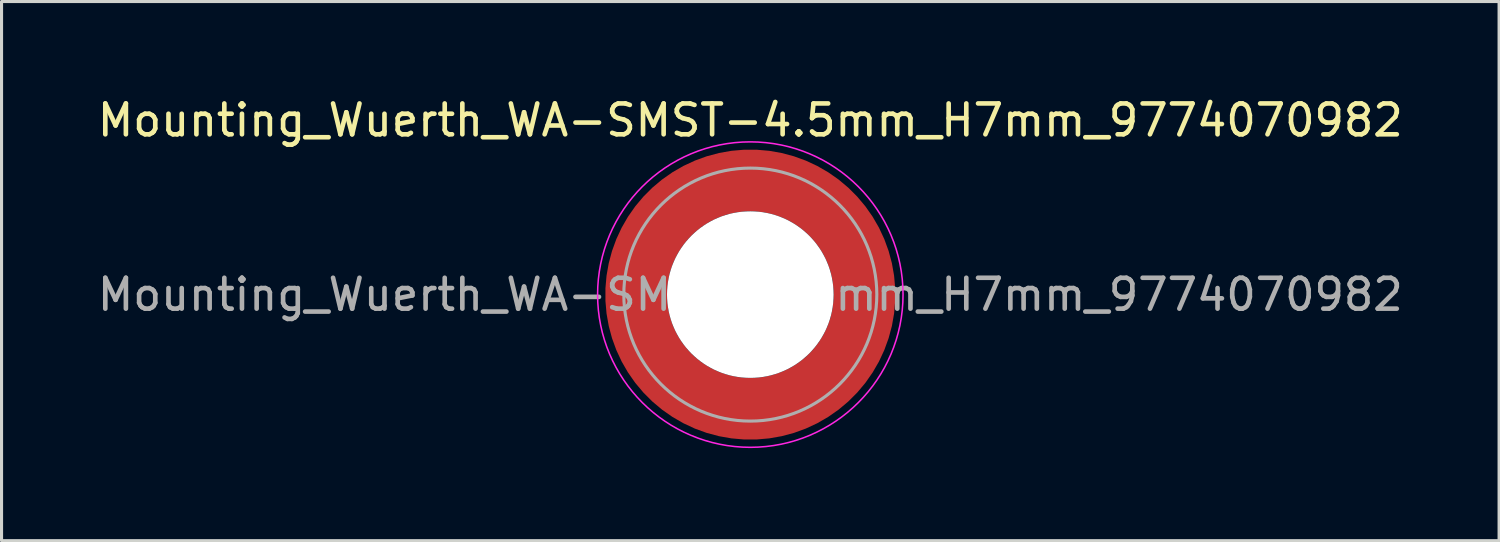
<source format=kicad_pcb>
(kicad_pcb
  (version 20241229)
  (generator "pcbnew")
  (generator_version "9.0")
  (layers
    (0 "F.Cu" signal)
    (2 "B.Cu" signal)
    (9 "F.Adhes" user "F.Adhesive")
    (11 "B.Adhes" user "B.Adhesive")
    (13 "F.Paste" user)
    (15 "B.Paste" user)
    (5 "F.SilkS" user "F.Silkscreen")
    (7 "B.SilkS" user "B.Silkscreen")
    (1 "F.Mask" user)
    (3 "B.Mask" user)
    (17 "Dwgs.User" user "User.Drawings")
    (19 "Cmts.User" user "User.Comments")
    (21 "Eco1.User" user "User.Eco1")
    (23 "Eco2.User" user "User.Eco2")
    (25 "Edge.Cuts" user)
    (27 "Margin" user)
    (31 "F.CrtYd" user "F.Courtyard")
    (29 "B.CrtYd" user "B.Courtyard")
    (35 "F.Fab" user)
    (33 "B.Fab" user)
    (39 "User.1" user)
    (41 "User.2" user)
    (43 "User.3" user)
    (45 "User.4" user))
  (footprint "Mounting_Wuerth_WA-SMST-4.5mm_H7mm_9774070982"
    (layer "F.Cu")
    (at 21.268 6.498)
    (property "Reference" "Mounting_Wuerth_WA-SMST-4.5mm_H7mm_9774070982" (at 0 -5.65 0) (layer "F.SilkS") (effects (font (size 1 1) (thickness 0.15))))
    (attr smd allow_soldermask_bridges)
    (fp_circle (center 0 0) (end 4.95 0) (stroke (width 0.05) (type solid)) (fill no) (layer "F.CrtYd"))
    (fp_circle (center 0 0) (end 4.1 0) (stroke (width 0.1) (type solid)) (fill no) (layer "F.Fab"))
    (fp_text user "${REFERENCE}" (at 0 0 0) (layer "F.Fab") (effects (font (size 1 1) (thickness 0.15))))
    (pad "" smd custom (at -2.607 -2.607) (size 0.948 0.948) (layers "F.Paste") (options (anchor circle)) (primitives (gr_arc (start -0.188183 2.107456) (mid 0.599273 0.599273) (end 2.107456 -0.188183) (width 0.2)) (gr_arc (start -0.289416 2.107456) (mid 0.52877 0.52877) (end 2.107456 -0.289416) (width 0.2)) (gr_arc (start -0.390547 2.107456) (mid 0.458268 0.458268) (end 2.107456 -0.390547) (width 0.2)) (gr_arc (start -0.491585 2.107456) (mid 0.387765 0.387765) (end 2.107456 -0.491585) (width 0.2)) (gr_arc (start -0.59254 2.107456) (mid 0.317262 0.317262) (end 2.107456 -0.59254) (width 0.2)) (gr_arc (start -0.693419 2.107456) (mid 0.246759 0.246759) (end 2.107456 -0.693419) (width 0.2)) (gr_arc (start -0.794229 2.107456) (mid 0.176257 0.176257) (end 2.107456 -0.794229) (width 0.2)) (gr_arc (start -0.894975 2.107456) (mid 0.105754 0.105754) (end 2.107456 -0.894975) (width 0.2)) (gr_arc (start -0.995664 2.107456) (mid 0.035251 0.035251) (end 2.107456 -0.995664) (width 0.2)) (gr_arc (start -1.0963 2.107456) (mid -0.035251 -0.035251) (end 2.107456 -1.0963) (width 0.2)) (gr_arc (start -1.196886 2.107456) (mid -0.105754 -0.105754) (end 2.107456 -1.196886) (width 0.2)) (gr_arc (start -1.297427 2.107456) (mid -0.176257 -0.176257) (end 2.107456 -1.297427) (width 0.2)) (gr_arc (start -1.397927 2.107456) (mid -0.246759 -0.246759) (end 2.107456 -1.397927) (width 0.2)) (gr_arc (start -1.498388 2.107456) (mid -0.317262 -0.317262) (end 2.107456 -1.498388) (width 0.2)) (gr_arc (start -1.598813 2.107456) (mid -0.387765 -0.387765) (end 2.107456 -1.598813) (width 0.2)) (gr_arc (start -1.699204 2.107456) (mid -0.458268 -0.458268) (end 2.107456 -1.699204) (width 0.2)) (gr_arc (start -1.799565 2.107456) (mid -0.52877 -0.52877) (end 2.107456 -1.799565) (width 0.2)) (gr_arc (start -1.899896 2.107456) (mid -0.599273 -0.599273) (end 2.107456 -1.899896) (width 0.2)) (gr_arc (start -1.899896 2.107456) (mid -0.599273 -0.599273) (end 2.107456 -1.899896) (width 0.2)) (gr_line (start 2.107 -0.188) (end 2.107 -1.9) (width 0.2)) (gr_line (start -0.188 2.107) (end -1.9 2.107) (width 0.2))))
    (pad "" smd custom (at -2.607 2.607) (size 0.948 0.948) (layers "F.Paste") (options (anchor circle)) (primitives (gr_arc (start 2.107456 0.188183) (mid 0.599273 -0.599273) (end -0.188183 -2.107456) (width 0.2)) (gr_arc (start 2.107456 0.289416) (mid 0.52877 -0.52877) (end -0.289416 -2.107456) (width 0.2)) (gr_arc (start 2.107456 0.390547) (mid 0.458268 -0.458268) (end -0.390547 -2.107456) (width 0.2)) (gr_arc (start 2.107456 0.491585) (mid 0.387765 -0.387765) (end -0.491585 -2.107456) (width 0.2)) (gr_arc (start 2.107456 0.59254) (mid 0.317262 -0.317262) (end -0.59254 -2.107456) (width 0.2)) (gr_arc (start 2.107456 0.693419) (mid 0.246759 -0.246759) (end -0.693419 -2.107456) (width 0.2)) (gr_arc (start 2.107456 0.794229) (mid 0.176257 -0.176257) (end -0.794229 -2.107456) (width 0.2)) (gr_arc (start 2.107456 0.894975) (mid 0.105754 -0.105754) (end -0.894975 -2.107456) (width 0.2)) (gr_arc (start 2.107456 0.995664) (mid 0.035251 -0.035251) (end -0.995664 -2.107456) (width 0.2)) (gr_arc (start 2.107456 1.0963) (mid -0.035251 0.035251) (end -1.0963 -2.107456) (width 0.2)) (gr_arc (start 2.107456 1.196886) (mid -0.105754 0.105754) (end -1.196886 -2.107456) (width 0.2)) (gr_arc (start 2.107456 1.297427) (mid -0.176257 0.176257) (end -1.297427 -2.107456) (width 0.2)) (gr_arc (start 2.107456 1.397927) (mid -0.246759 0.246759) (end -1.397927 -2.107456) (width 0.2)) (gr_arc (start 2.107456 1.498388) (mid -0.317262 0.317262) (end -1.498388 -2.107456) (width 0.2)) (gr_arc (start 2.107456 1.598813) (mid -0.387765 0.387765) (end -1.598813 -2.107456) (width 0.2)) (gr_arc (start 2.107456 1.699204) (mid -0.458268 0.458268) (end -1.699204 -2.107456) (width 0.2)) (gr_arc (start 2.107456 1.799565) (mid -0.52877 0.52877) (end -1.799565 -2.107456) (width 0.2)) (gr_arc (start 2.107456 1.899896) (mid -0.599273 0.599273) (end -1.899896 -2.107456) (width 0.2)) (gr_arc (start 2.107456 1.899896) (mid -0.599273 0.599273) (end -1.899896 -2.107456) (width 0.2)) (gr_line (start -0.188 -2.107) (end -1.9 -2.107) (width 0.2)) (gr_line (start 2.107 0.188) (end 2.107 1.9) (width 0.2))))
    (pad "" np_thru_hole circle (at 0 0) (size 5.4 5.4) (drill 5.4) (layers "*.Cu" "*.Mask"))
    (pad "" smd custom (at 2.607 -2.607) (size 0.948 0.948) (layers "F.Paste") (options (anchor circle)) (primitives (gr_arc (start -2.107456 -0.188183) (mid -0.599273 0.599273) (end 0.188183 2.107456) (width 0.2)) (gr_arc (start -2.107456 -0.289416) (mid -0.52877 0.52877) (end 0.289416 2.107456) (width 0.2)) (gr_arc (start -2.107456 -0.390547) (mid -0.458268 0.458268) (end 0.390547 2.107456) (width 0.2)) (gr_arc (start -2.107456 -0.491585) (mid -0.387765 0.387765) (end 0.491585 2.107456) (width 0.2)) (gr_arc (start -2.107456 -0.59254) (mid -0.317262 0.317262) (end 0.59254 2.107456) (width 0.2)) (gr_arc (start -2.107456 -0.693419) (mid -0.246759 0.246759) (end 0.693419 2.107456) (width 0.2)) (gr_arc (start -2.107456 -0.794229) (mid -0.176257 0.176257) (end 0.794229 2.107456) (width 0.2)) (gr_arc (start -2.107456 -0.894975) (mid -0.105754 0.105754) (end 0.894975 2.107456) (width 0.2)) (gr_arc (start -2.107456 -0.995664) (mid -0.035251 0.035251) (end 0.995664 2.107456) (width 0.2)) (gr_arc (start -2.107456 -1.0963) (mid 0.035251 -0.035251) (end 1.0963 2.107456) (width 0.2)) (gr_arc (start -2.107456 -1.196886) (mid 0.105754 -0.105754) (end 1.196886 2.107456) (width 0.2)) (gr_arc (start -2.107456 -1.297427) (mid 0.176257 -0.176257) (end 1.297427 2.107456) (width 0.2)) (gr_arc (start -2.107456 -1.397927) (mid 0.246759 -0.246759) (end 1.397927 2.107456) (width 0.2)) (gr_arc (start -2.107456 -1.498388) (mid 0.317262 -0.317262) (end 1.498388 2.107456) (width 0.2)) (gr_arc (start -2.107456 -1.598813) (mid 0.387765 -0.387765) (end 1.598813 2.107456) (width 0.2)) (gr_arc (start -2.107456 -1.699204) (mid 0.458268 -0.458268) (end 1.699204 2.107456) (width 0.2)) (gr_arc (start -2.107456 -1.799565) (mid 0.52877 -0.52877) (end 1.799565 2.107456) (width 0.2)) (gr_arc (start -2.107456 -1.899896) (mid 0.599273 -0.599273) (end 1.899896 2.107456) (width 0.2)) (gr_arc (start -2.107456 -1.899896) (mid 0.599273 -0.599273) (end 1.899896 2.107456) (width 0.2)) (gr_line (start 0.188 2.107) (end 1.9 2.107) (width 0.2)) (gr_line (start -2.107 -0.188) (end -2.107 -1.9) (width 0.2))))
    (pad "" smd custom (at 2.607 2.607) (size 0.948 0.948) (layers "F.Paste") (options (anchor circle)) (primitives (gr_arc (start 0.188183 -2.107456) (mid -0.599273 -0.599273) (end -2.107456 0.188183) (width 0.2)) (gr_arc (start 0.289416 -2.107456) (mid -0.52877 -0.52877) (end -2.107456 0.289416) (width 0.2)) (gr_arc (start 0.390547 -2.107456) (mid -0.458268 -0.458268) (end -2.107456 0.390547) (width 0.2)) (gr_arc (start 0.491585 -2.107456) (mid -0.387765 -0.387765) (end -2.107456 0.491585) (width 0.2)) (gr_arc (start 0.59254 -2.107456) (mid -0.317262 -0.317262) (end -2.107456 0.59254) (width 0.2)) (gr_arc (start 0.693419 -2.107456) (mid -0.246759 -0.246759) (end -2.107456 0.693419) (width 0.2)) (gr_arc (start 0.794229 -2.107456) (mid -0.176257 -0.176257) (end -2.107456 0.794229) (width 0.2)) (gr_arc (start 0.894975 -2.107456) (mid -0.105754 -0.105754) (end -2.107456 0.894975) (width 0.2)) (gr_arc (start 0.995664 -2.107456) (mid -0.035251 -0.035251) (end -2.107456 0.995664) (width 0.2)) (gr_arc (start 1.0963 -2.107456) (mid 0.035251 0.035251) (end -2.107456 1.0963) (width 0.2)) (gr_arc (start 1.196886 -2.107456) (mid 0.105754 0.105754) (end -2.107456 1.196886) (width 0.2)) (gr_arc (start 1.297427 -2.107456) (mid 0.176257 0.176257) (end -2.107456 1.297427) (width 0.2)) (gr_arc (start 1.397927 -2.107456) (mid 0.246759 0.246759) (end -2.107456 1.397927) (width 0.2)) (gr_arc (start 1.498388 -2.107456) (mid 0.317262 0.317262) (end -2.107456 1.498388) (width 0.2)) (gr_arc (start 1.598813 -2.107456) (mid 0.387765 0.387765) (end -2.107456 1.598813) (width 0.2)) (gr_arc (start 1.699204 -2.107456) (mid 0.458268 0.458268) (end -2.107456 1.699204) (width 0.2)) (gr_arc (start 1.799565 -2.107456) (mid 0.52877 0.52877) (end -2.107456 1.799565) (width 0.2)) (gr_arc (start 1.899896 -2.107456) (mid 0.599273 0.599273) (end -2.107456 1.899896) (width 0.2)) (gr_arc (start 1.899896 -2.107456) (mid 0.599273 0.599273) (end -2.107456 1.899896) (width 0.2)) (gr_line (start -2.107 0.188) (end -2.107 1.9) (width 0.2)) (gr_line (start 0.188 -2.107) (end 1.9 -2.107) (width 0.2))))
    (pad "1" smd circle (at -3.7 0) (size 1.492 1.492) (layers "F.Cu"))
    (pad "1" smd circle (at 0 -3.7) (size 1.492 1.492) (layers "F.Cu"))
    (pad "1" smd circle (at 0 3.7) (size 1.492 1.492) (layers "F.Cu"))
    (pad "1" smd custom (at 3.7 0) (size 2 2) (layers "F.Cu" "F.Mask") (options (anchor circle)) (primitives (gr_circle (center -3.7 0) (end 0 0) (width 2) (fill no)))))
  (gr_rect
    (start -3 -3)
    (end 45.536 14.473)
    (stroke (width 0.1) (type default))
    (fill no)
    (layer "Edge.Cuts")))
</source>
